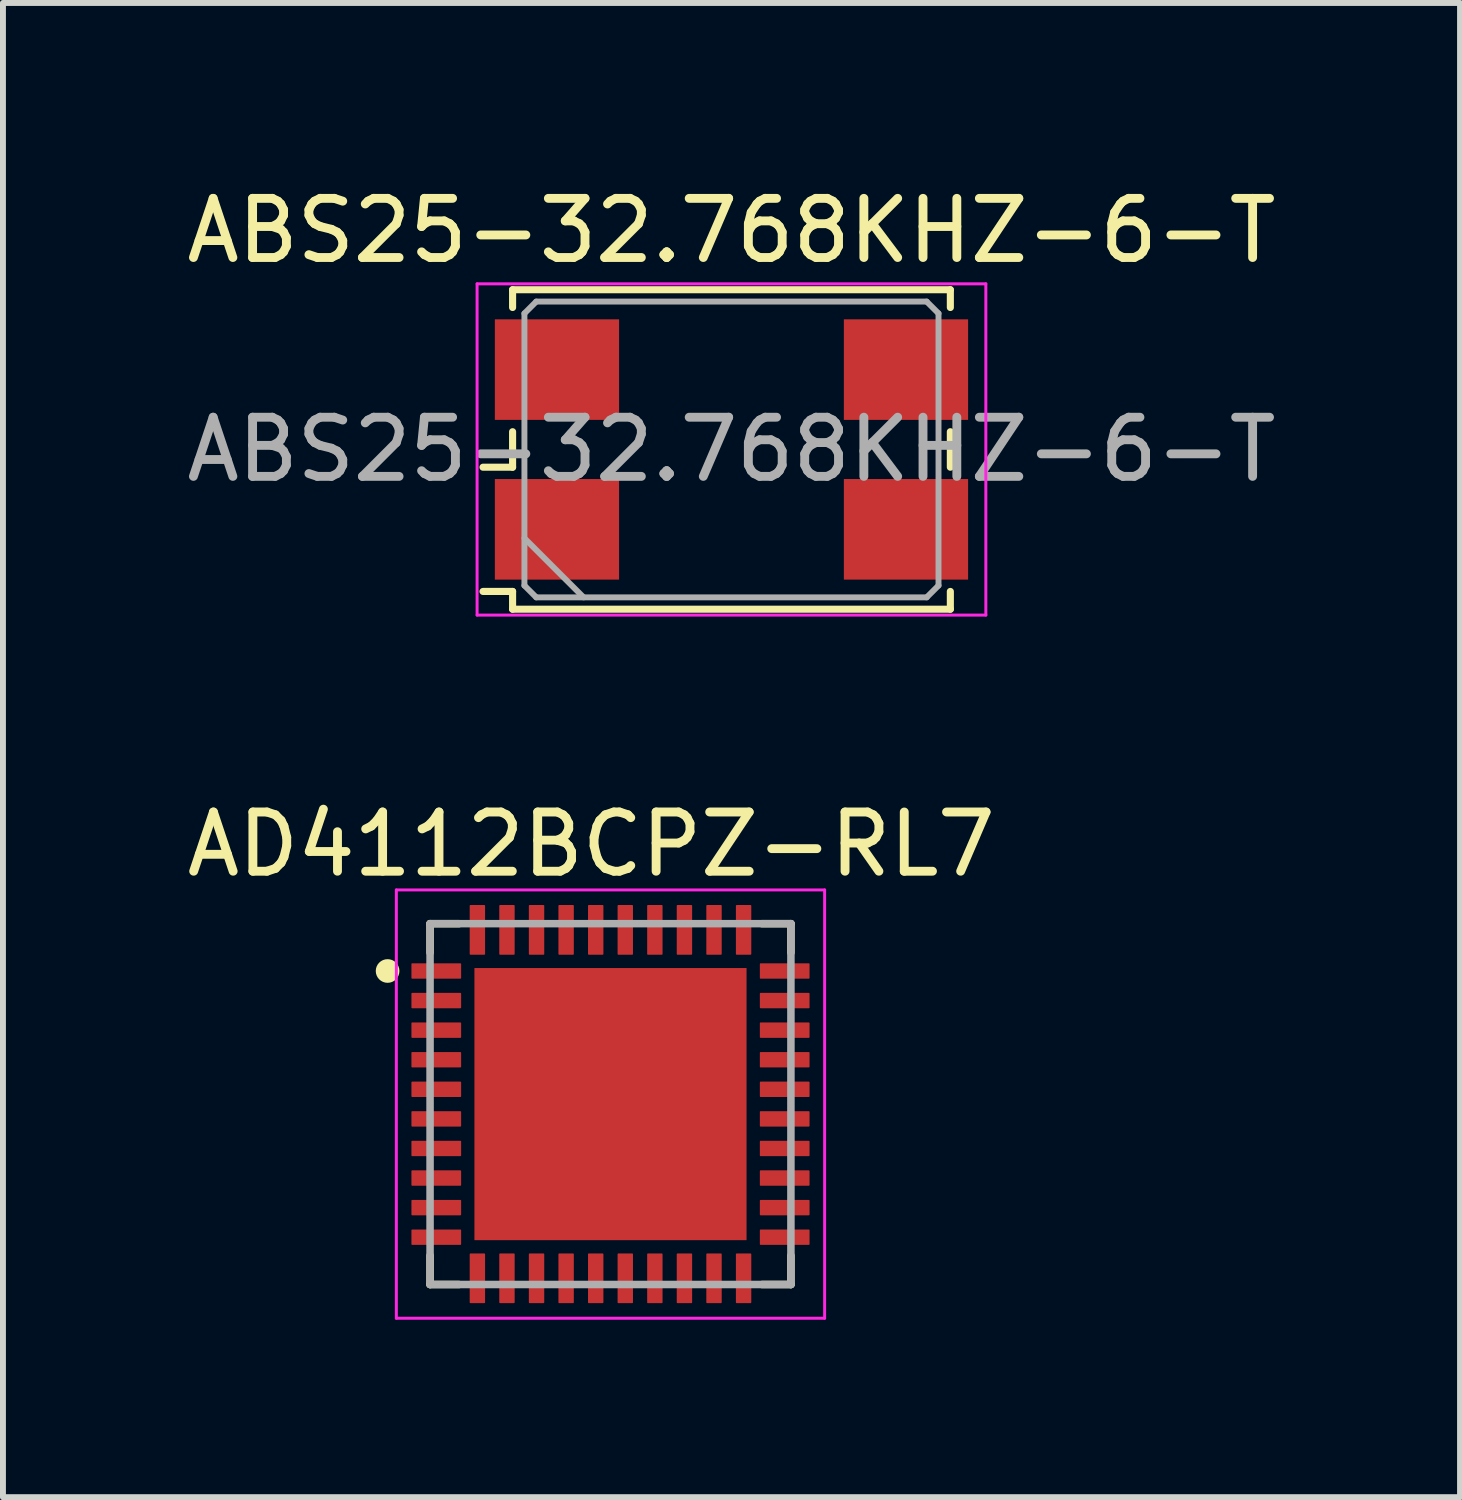
<source format=kicad_pcb>
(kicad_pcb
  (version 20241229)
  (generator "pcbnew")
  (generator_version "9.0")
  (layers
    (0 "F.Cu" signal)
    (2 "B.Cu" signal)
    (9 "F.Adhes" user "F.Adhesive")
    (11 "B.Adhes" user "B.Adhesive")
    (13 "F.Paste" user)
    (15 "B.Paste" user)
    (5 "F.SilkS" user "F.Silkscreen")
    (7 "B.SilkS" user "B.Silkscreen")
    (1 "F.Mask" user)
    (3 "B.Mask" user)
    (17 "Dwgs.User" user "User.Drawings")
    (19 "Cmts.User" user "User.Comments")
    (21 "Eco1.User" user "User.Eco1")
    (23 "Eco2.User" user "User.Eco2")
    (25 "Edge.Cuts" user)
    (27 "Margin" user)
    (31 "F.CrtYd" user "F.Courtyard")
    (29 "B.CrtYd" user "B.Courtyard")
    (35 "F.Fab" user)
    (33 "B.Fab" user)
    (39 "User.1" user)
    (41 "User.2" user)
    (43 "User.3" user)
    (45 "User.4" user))
  (footprint "ABS25-32.768KHZ-6-T"
    (layer "F.Cu")
    (at 9.315 4.548)
    (property "Reference" "ABS25-32.768KHZ-6-T" (at 0 -3.7 0) (layer "F.SilkS") (effects (font (size 1 1) (thickness 0.15))))
    (attr smd)
    (fp_line (start -4.2 0.3) (end -3.7 0.3) (stroke (width 0.12) (type solid)) (layer "F.SilkS"))
    (fp_line (start -4.2 2.4) (end -3.7 2.4) (stroke (width 0.12) (type solid)) (layer "F.SilkS"))
    (fp_line (start -3.7 -2.7) (end 3.7 -2.7) (stroke (width 0.12) (type solid)) (layer "F.SilkS"))
    (fp_line (start -3.7 -2.4) (end -3.7 -2.7) (stroke (width 0.12) (type solid)) (layer "F.SilkS"))
    (fp_line (start -3.7 0.3) (end -3.7 -0.3) (stroke (width 0.12) (type solid)) (layer "F.SilkS"))
    (fp_line (start -3.7 2.4) (end -3.7 2.7) (stroke (width 0.12) (type solid)) (layer "F.SilkS"))
    (fp_line (start -3.7 2.7) (end 3.7 2.7) (stroke (width 0.12) (type solid)) (layer "F.SilkS"))
    (fp_line (start 3.7 -2.7) (end 3.7 -2.4) (stroke (width 0.12) (type solid)) (layer "F.SilkS"))
    (fp_line (start 3.7 -0.3) (end 3.7 0.3) (stroke (width 0.12) (type solid)) (layer "F.SilkS"))
    (fp_line (start 3.7 2.7) (end 3.7 2.4) (stroke (width 0.12) (type solid)) (layer "F.SilkS"))
    (fp_line (start -4.3 -2.8) (end -4.3 2.8) (stroke (width 0.05) (type solid)) (layer "F.CrtYd"))
    (fp_line (start -4.3 2.8) (end 4.3 2.8) (stroke (width 0.05) (type solid)) (layer "F.CrtYd"))
    (fp_line (start 4.3 -2.8) (end -4.3 -2.8) (stroke (width 0.05) (type solid)) (layer "F.CrtYd"))
    (fp_line (start 4.3 2.8) (end 4.3 -2.8) (stroke (width 0.05) (type solid)) (layer "F.CrtYd"))
    (fp_line (start -3.5 -2.3) (end -3.3 -2.5) (stroke (width 0.1) (type solid)) (layer "F.Fab"))
    (fp_line (start -3.5 1.5) (end -2.5 2.5) (stroke (width 0.1) (type solid)) (layer "F.Fab"))
    (fp_line (start -3.5 2.3) (end -3.5 -2.3) (stroke (width 0.1) (type solid)) (layer "F.Fab"))
    (fp_line (start -3.3 -2.5) (end 3.3 -2.5) (stroke (width 0.1) (type solid)) (layer "F.Fab"))
    (fp_line (start -3.3 2.5) (end -3.5 2.3) (stroke (width 0.1) (type solid)) (layer "F.Fab"))
    (fp_line (start 3.3 -2.5) (end 3.5 -2.3) (stroke (width 0.1) (type solid)) (layer "F.Fab"))
    (fp_line (start 3.3 2.5) (end -3.3 2.5) (stroke (width 0.1) (type solid)) (layer "F.Fab"))
    (fp_line (start 3.5 -2.3) (end 3.5 2.3) (stroke (width 0.1) (type solid)) (layer "F.Fab"))
    (fp_line (start 3.5 2.3) (end 3.3 2.5) (stroke (width 0.1) (type solid)) (layer "F.Fab"))
    (fp_text user "${REFERENCE}" (at 0 0 0) (layer "F.Fab") (effects (font (size 1 1) (thickness 0.15))))
    (pad "1" smd rect (at -2.95 1.35) (size 2.1 1.7) (layers "F.Cu" "F.Mask" "F.Paste"))
    (pad "2" smd rect (at 2.95 1.35) (size 2.1 1.7) (layers "F.Cu" "F.Mask" "F.Paste"))
    (pad "3" smd rect (at 2.95 -1.35) (size 2.1 1.7) (layers "F.Cu" "F.Mask" "F.Paste"))
    (pad "4" smd rect (at -2.95 -1.35) (size 2.1 1.7) (layers "F.Cu" "F.Mask" "F.Paste")))
  (footprint "AD4112BCPZ-RL7"
    (layer "F.Cu")
    (at 7.27 15.614)
    (property "Reference" "AD4112BCPZ-RL7" (at -0.325 -4.392 0) (layer "F.SilkS") (effects (font (size 1.001 1.001) (thickness 0.15))))
    (attr smd)
    (fp_poly (pts (xy -2.291 -2.29) (xy 2.29 -2.29) (xy 2.29 2.291) (xy -2.291 2.291)) (stroke (width 0.01) (type solid)) (fill yes) (layer "F.Mask"))
    (fp_line (start -3.05 -3.05) (end -3.05 -2.56) (stroke (width 0.127) (type solid)) (layer "F.SilkS"))
    (fp_line (start -3.05 -3.05) (end -2.56 -3.05) (stroke (width 0.127) (type solid)) (layer "F.SilkS"))
    (fp_line (start -3.05 3.05) (end -3.05 2.56) (stroke (width 0.127) (type solid)) (layer "F.SilkS"))
    (fp_line (start -3.05 3.05) (end -2.56 3.05) (stroke (width 0.127) (type solid)) (layer "F.SilkS"))
    (fp_line (start 3.05 -3.05) (end 2.56 -3.05) (stroke (width 0.127) (type solid)) (layer "F.SilkS"))
    (fp_line (start 3.05 -3.05) (end 3.05 -2.56) (stroke (width 0.127) (type solid)) (layer "F.SilkS"))
    (fp_line (start 3.05 3.05) (end 2.56 3.05) (stroke (width 0.127) (type solid)) (layer "F.SilkS"))
    (fp_line (start 3.05 3.05) (end 3.05 2.56) (stroke (width 0.127) (type solid)) (layer "F.SilkS"))
    (fp_circle (center -3.768 -2.25) (end -3.668 -2.25) (stroke (width 0.2) (type solid)) (fill no) (layer "F.SilkS"))
    (fp_poly (pts (xy -1.456 -1.455) (xy 1.455 -1.455) (xy 1.455 1.456) (xy -1.456 1.456)) (stroke (width 0.01) (type solid)) (fill yes) (layer "F.Paste"))
    (fp_line (start -3.62 -3.62) (end 3.62 -3.62) (stroke (width 0.05) (type solid)) (layer "F.CrtYd"))
    (fp_line (start -3.62 3.62) (end -3.62 -3.62) (stroke (width 0.05) (type solid)) (layer "F.CrtYd"))
    (fp_line (start -3.62 3.62) (end 3.62 3.62) (stroke (width 0.05) (type solid)) (layer "F.CrtYd"))
    (fp_line (start 3.62 3.62) (end 3.62 -3.62) (stroke (width 0.05) (type solid)) (layer "F.CrtYd"))
    (fp_line (start -3.05 3.05) (end -3.05 -3.05) (stroke (width 0.127) (type solid)) (layer "F.Fab"))
    (fp_line (start 3.05 -3.05) (end -3.05 -3.05) (stroke (width 0.127) (type solid)) (layer "F.Fab"))
    (fp_line (start 3.05 3.05) (end -3.05 3.05) (stroke (width 0.127) (type solid)) (layer "F.Fab"))
    (fp_line (start 3.05 3.05) (end 3.05 -3.05) (stroke (width 0.127) (type solid)) (layer "F.Fab"))
    (pad "1" smd roundrect (at -2.945 -2.25) (size 0.84 0.26) (layers "F.Cu" "F.Mask" "F.Paste") (roundrect_rratio 0.05))
    (pad "2" smd roundrect (at -2.945 -1.75) (size 0.84 0.26) (layers "F.Cu" "F.Mask" "F.Paste") (roundrect_rratio 0.05))
    (pad "3" smd roundrect (at -2.945 -1.25) (size 0.84 0.26) (layers "F.Cu" "F.Mask" "F.Paste") (roundrect_rratio 0.05))
    (pad "4" smd roundrect (at -2.945 -0.75) (size 0.84 0.26) (layers "F.Cu" "F.Mask" "F.Paste") (roundrect_rratio 0.05))
    (pad "5" smd roundrect (at -2.945 -0.25) (size 0.84 0.26) (layers "F.Cu" "F.Mask" "F.Paste") (roundrect_rratio 0.05))
    (pad "6" smd roundrect (at -2.945 0.25) (size 0.84 0.26) (layers "F.Cu" "F.Mask" "F.Paste") (roundrect_rratio 0.05))
    (pad "7" smd roundrect (at -2.945 0.75) (size 0.84 0.26) (layers "F.Cu" "F.Mask" "F.Paste") (roundrect_rratio 0.05))
    (pad "8" smd roundrect (at -2.945 1.25) (size 0.84 0.26) (layers "F.Cu" "F.Mask" "F.Paste") (roundrect_rratio 0.05))
    (pad "9" smd roundrect (at -2.945 1.75) (size 0.84 0.26) (layers "F.Cu" "F.Mask" "F.Paste") (roundrect_rratio 0.05))
    (pad "10" smd roundrect (at -2.945 2.25) (size 0.84 0.26) (layers "F.Cu" "F.Mask" "F.Paste") (roundrect_rratio 0.05))
    (pad "11" smd roundrect (at -2.25 2.945 90) (size 0.84 0.26) (layers "F.Cu" "F.Mask" "F.Paste") (roundrect_rratio 0.05))
    (pad "12" smd roundrect (at -1.75 2.945 90) (size 0.84 0.26) (layers "F.Cu" "F.Mask" "F.Paste") (roundrect_rratio 0.05))
    (pad "13" smd roundrect (at -1.25 2.945 90) (size 0.84 0.26) (layers "F.Cu" "F.Mask" "F.Paste") (roundrect_rratio 0.05))
    (pad "14" smd roundrect (at -0.75 2.945 90) (size 0.84 0.26) (layers "F.Cu" "F.Mask" "F.Paste") (roundrect_rratio 0.05))
    (pad "15" smd roundrect (at -0.25 2.945 90) (size 0.84 0.26) (layers "F.Cu" "F.Mask" "F.Paste") (roundrect_rratio 0.05))
    (pad "16" smd roundrect (at 0.25 2.945 90) (size 0.84 0.26) (layers "F.Cu" "F.Mask" "F.Paste") (roundrect_rratio 0.05))
    (pad "17" smd roundrect (at 0.75 2.945 90) (size 0.84 0.26) (layers "F.Cu" "F.Mask" "F.Paste") (roundrect_rratio 0.05))
    (pad "18" smd roundrect (at 1.25 2.945 90) (size 0.84 0.26) (layers "F.Cu" "F.Mask" "F.Paste") (roundrect_rratio 0.05))
    (pad "19" smd roundrect (at 1.75 2.945 90) (size 0.84 0.26) (layers "F.Cu" "F.Mask" "F.Paste") (roundrect_rratio 0.05))
    (pad "20" smd roundrect (at 2.25 2.945 90) (size 0.84 0.26) (layers "F.Cu" "F.Mask" "F.Paste") (roundrect_rratio 0.05))
    (pad "21" smd roundrect (at 2.945 2.25) (size 0.84 0.26) (layers "F.Cu" "F.Mask" "F.Paste") (roundrect_rratio 0.05))
    (pad "22" smd roundrect (at 2.945 1.75) (size 0.84 0.26) (layers "F.Cu" "F.Mask" "F.Paste") (roundrect_rratio 0.05))
    (pad "23" smd roundrect (at 2.945 1.25) (size 0.84 0.26) (layers "F.Cu" "F.Mask" "F.Paste") (roundrect_rratio 0.05))
    (pad "24" smd roundrect (at 2.945 0.75) (size 0.84 0.26) (layers "F.Cu" "F.Mask" "F.Paste") (roundrect_rratio 0.05))
    (pad "25" smd roundrect (at 2.945 0.25) (size 0.84 0.26) (layers "F.Cu" "F.Mask" "F.Paste") (roundrect_rratio 0.05))
    (pad "26" smd roundrect (at 2.945 -0.25) (size 0.84 0.26) (layers "F.Cu" "F.Mask" "F.Paste") (roundrect_rratio 0.05))
    (pad "27" smd roundrect (at 2.945 -0.75) (size 0.84 0.26) (layers "F.Cu" "F.Mask" "F.Paste") (roundrect_rratio 0.05))
    (pad "28" smd roundrect (at 2.945 -1.25) (size 0.84 0.26) (layers "F.Cu" "F.Mask" "F.Paste") (roundrect_rratio 0.05))
    (pad "29" smd roundrect (at 2.945 -1.75) (size 0.84 0.26) (layers "F.Cu" "F.Mask" "F.Paste") (roundrect_rratio 0.05))
    (pad "30" smd roundrect (at 2.945 -2.25) (size 0.84 0.26) (layers "F.Cu" "F.Mask" "F.Paste") (roundrect_rratio 0.05))
    (pad "31" smd roundrect (at 2.25 -2.945 90) (size 0.84 0.26) (layers "F.Cu" "F.Mask" "F.Paste") (roundrect_rratio 0.05))
    (pad "32" smd roundrect (at 1.75 -2.945 90) (size 0.84 0.26) (layers "F.Cu" "F.Mask" "F.Paste") (roundrect_rratio 0.05))
    (pad "33" smd roundrect (at 1.25 -2.945 90) (size 0.84 0.26) (layers "F.Cu" "F.Mask" "F.Paste") (roundrect_rratio 0.05))
    (pad "34" smd roundrect (at 0.75 -2.945 90) (size 0.84 0.26) (layers "F.Cu" "F.Mask" "F.Paste") (roundrect_rratio 0.05))
    (pad "35" smd roundrect (at 0.25 -2.945 90) (size 0.84 0.26) (layers "F.Cu" "F.Mask" "F.Paste") (roundrect_rratio 0.05))
    (pad "36" smd roundrect (at -0.25 -2.945 90) (size 0.84 0.26) (layers "F.Cu" "F.Mask" "F.Paste") (roundrect_rratio 0.05))
    (pad "37" smd roundrect (at -0.75 -2.945 90) (size 0.84 0.26) (layers "F.Cu" "F.Mask" "F.Paste") (roundrect_rratio 0.05))
    (pad "38" smd roundrect (at -1.25 -2.945 90) (size 0.84 0.26) (layers "F.Cu" "F.Mask" "F.Paste") (roundrect_rratio 0.05))
    (pad "39" smd roundrect (at -1.75 -2.945 90) (size 0.84 0.26) (layers "F.Cu" "F.Mask" "F.Paste") (roundrect_rratio 0.05))
    (pad "40" smd roundrect (at -2.25 -2.945 90) (size 0.84 0.26) (layers "F.Cu" "F.Mask" "F.Paste") (roundrect_rratio 0.05))
    (pad "41" smd rect (at 0 0) (size 4.6 4.6) (layers "F.Cu" "F.Mask")))
  (gr_rect
    (start -3 -3)
    (end 21.631 22.259)
    (stroke (width 0.1) (type default))
    (fill no)
    (layer "Edge.Cuts")))
</source>
